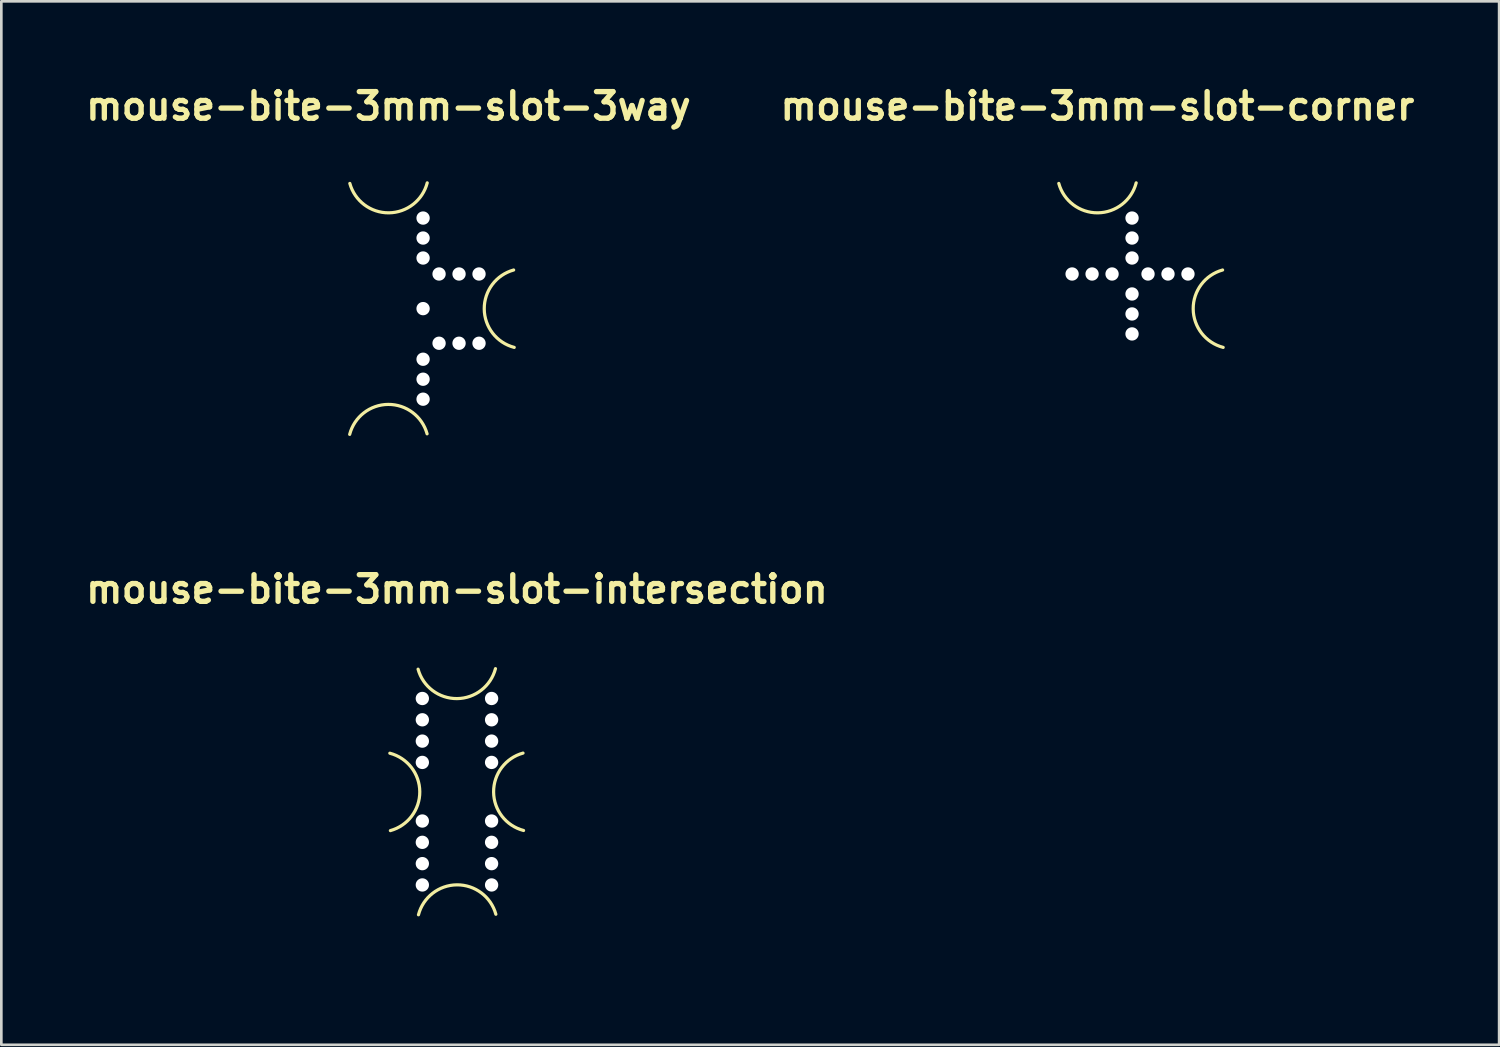
<source format=kicad_pcb>
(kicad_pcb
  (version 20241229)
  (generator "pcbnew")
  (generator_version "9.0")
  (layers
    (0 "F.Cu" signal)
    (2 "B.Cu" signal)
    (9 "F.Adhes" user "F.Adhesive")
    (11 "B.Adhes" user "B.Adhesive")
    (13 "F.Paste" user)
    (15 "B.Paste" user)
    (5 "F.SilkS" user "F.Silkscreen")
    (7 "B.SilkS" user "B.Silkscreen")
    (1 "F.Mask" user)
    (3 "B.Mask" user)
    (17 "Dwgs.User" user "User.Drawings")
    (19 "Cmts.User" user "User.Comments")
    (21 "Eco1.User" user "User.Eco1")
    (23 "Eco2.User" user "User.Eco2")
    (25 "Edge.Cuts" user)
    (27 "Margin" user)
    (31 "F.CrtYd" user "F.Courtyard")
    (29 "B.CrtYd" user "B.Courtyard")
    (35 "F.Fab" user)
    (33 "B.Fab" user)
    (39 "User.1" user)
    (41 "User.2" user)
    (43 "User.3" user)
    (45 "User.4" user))
  (footprint "mouse-bite-3mm-slot-intersection"
    (layer "F.Cu")
    (at 14.105 26.672)
    (property "Reference" "mouse-bite-3mm-slot-intersection" (at 0 -7.6 0) (layer "F.SilkS") (effects (font (size 1 1) (thickness 0.2))))
    (attr through_hole)
    (fp_arc (start -2.520316 -1.445451) (mid -1.395877 -0.000517) (end -2.500001 1.459999) (stroke (width 0.12) (type solid)) (layer "F.SilkS"))
    (fp_arc (start -1.445451 4.620316) (mid -0.000517 3.495877) (end 1.459999 4.600001) (stroke (width 0.12) (type solid)) (layer "F.SilkS"))
    (fp_arc (start 1.445451 -4.620316) (mid 0.000517 -3.495877) (end -1.459999 -4.600001) (stroke (width 0.12) (type solid)) (layer "F.SilkS"))
    (fp_arc (start 2.5 1.455451) (mid 1.375561 0.010517) (end 2.479685 -1.449999) (stroke (width 0.12) (type solid)) (layer "F.SilkS"))
    (fp_line (start -2.9 0) (end -2.9 0) (stroke (width 3) (type solid)) (layer "Eco1.User"))
    (fp_line (start 0 -5) (end 0 -5) (stroke (width 3) (type solid)) (layer "Eco1.User"))
    (fp_line (start 0 5) (end 0 5) (stroke (width 3) (type solid)) (layer "Eco1.User"))
    (fp_line (start 2.9 0) (end 2.9 0) (stroke (width 3) (type solid)) (layer "Eco1.User"))
    (pad "" np_thru_hole circle (at -1.3 -3.5 90) (size 0.5 0.5) (drill 0.5) (layers "*.Cu" "*.Mask"))
    (pad "" np_thru_hole circle (at -1.3 -2.7 90) (size 0.5 0.5) (drill 0.5) (layers "*.Cu" "*.Mask"))
    (pad "" np_thru_hole circle (at -1.3 -1.9 90) (size 0.5 0.5) (drill 0.5) (layers "*.Cu" "*.Mask"))
    (pad "" np_thru_hole circle (at -1.3 -1.1 270) (size 0.5 0.5) (drill 0.5) (layers "*.Cu" "*.Mask"))
    (pad "" np_thru_hole circle (at -1.3 1.1 270) (size 0.5 0.5) (drill 0.5) (layers "*.Cu" "*.Mask"))
    (pad "" np_thru_hole circle (at -1.3 1.9 270) (size 0.5 0.5) (drill 0.5) (layers "*.Cu" "*.Mask"))
    (pad "" np_thru_hole circle (at -1.3 2.7 270) (size 0.5 0.5) (drill 0.5) (layers "*.Cu" "*.Mask"))
    (pad "" np_thru_hole circle (at -1.3 3.5 270) (size 0.5 0.5) (drill 0.5) (layers "*.Cu" "*.Mask"))
    (pad "" np_thru_hole circle (at 1.3 -3.5 90) (size 0.5 0.5) (drill 0.5) (layers "*.Cu" "*.Mask"))
    (pad "" np_thru_hole circle (at 1.3 -2.7 90) (size 0.5 0.5) (drill 0.5) (layers "*.Cu" "*.Mask"))
    (pad "" np_thru_hole circle (at 1.3 -1.9 90) (size 0.5 0.5) (drill 0.5) (layers "*.Cu" "*.Mask"))
    (pad "" np_thru_hole circle (at 1.3 -1.1 270) (size 0.5 0.5) (drill 0.5) (layers "*.Cu" "*.Mask"))
    (pad "" np_thru_hole circle (at 1.3 1.1 270) (size 0.5 0.5) (drill 0.5) (layers "*.Cu" "*.Mask"))
    (pad "" np_thru_hole circle (at 1.3 1.9 270) (size 0.5 0.5) (drill 0.5) (layers "*.Cu" "*.Mask"))
    (pad "" np_thru_hole circle (at 1.3 2.7 270) (size 0.5 0.5) (drill 0.5) (layers "*.Cu" "*.Mask"))
    (pad "" np_thru_hole circle (at 1.3 3.5 270) (size 0.5 0.5) (drill 0.5) (layers "*.Cu" "*.Mask")))
  (footprint "mouse-bite-3mm-slot-corner"
    (layer "F.Cu")
    (at 38.148 8.536)
    (property "Reference" "mouse-bite-3mm-slot-corner" (at 0 -7.6 0) (layer "F.SilkS") (effects (font (size 1 1) (thickness 0.2))))
    (attr through_hole)
    (fp_arc (start 1.455737 -4.72141) (mid 0.011083 -3.59588) (end -1.45 -4.7) (stroke (width 0.12) (type solid)) (layer "F.SilkS"))
    (fp_arc (start 4.72141 1.455737) (mid 3.59588 0.011083) (end 4.7 -1.45) (stroke (width 0.12) (type solid)) (layer "F.SilkS"))
    (fp_line (start 0 -5.1) (end 0 -5.1) (stroke (width 3) (type solid)) (layer "Eco1.User"))
    (fp_line (start 5.1 0) (end 5.1 0) (stroke (width 3) (type solid)) (layer "Eco1.User"))
    (pad "" np_thru_hole circle (at -0.95 -1.3) (size 0.5 0.5) (drill 0.5) (layers "*.Cu" "*.Mask"))
    (pad "" np_thru_hole circle (at -0.2 -1.3) (size 0.5 0.5) (drill 0.5) (layers "*.Cu" "*.Mask"))
    (pad "" np_thru_hole circle (at 0.55 -1.3) (size 0.5 0.5) (drill 0.5) (layers "*.Cu" "*.Mask"))
    (pad "" np_thru_hole circle (at 1.3 -3.4 90) (size 0.5 0.5) (drill 0.5) (layers "*.Cu" "*.Mask"))
    (pad "" np_thru_hole circle (at 1.3 -2.65 90) (size 0.5 0.5) (drill 0.5) (layers "*.Cu" "*.Mask"))
    (pad "" np_thru_hole circle (at 1.3 -1.9 90) (size 0.5 0.5) (drill 0.5) (layers "*.Cu" "*.Mask"))
    (pad "" np_thru_hole circle (at 1.3 -0.55 90) (size 0.5 0.5) (drill 0.5) (layers "*.Cu" "*.Mask"))
    (pad "" np_thru_hole circle (at 1.3 0.2 90) (size 0.5 0.5) (drill 0.5) (layers "*.Cu" "*.Mask"))
    (pad "" np_thru_hole circle (at 1.3 0.95 90) (size 0.5 0.5) (drill 0.5) (layers "*.Cu" "*.Mask"))
    (pad "" np_thru_hole circle (at 1.9 -1.3) (size 0.5 0.5) (drill 0.5) (layers "*.Cu" "*.Mask"))
    (pad "" np_thru_hole circle (at 2.65 -1.3) (size 0.5 0.5) (drill 0.5) (layers "*.Cu" "*.Mask"))
    (pad "" np_thru_hole circle (at 3.4 -1.3) (size 0.5 0.5) (drill 0.5) (layers "*.Cu" "*.Mask")))
  (footprint "mouse-bite-3mm-slot-3way"
    (layer "F.Cu")
    (at 11.533 8.536)
    (property "Reference" "mouse-bite-3mm-slot-3way" (at 0 -7.6 0) (layer "F.SilkS") (effects (font (size 1 1) (thickness 0.2))))
    (attr through_hole)
    (fp_arc (start -1.455737 4.72141) (mid -0.011083 3.59588) (end 1.45 4.7) (stroke (width 0.12) (type solid)) (layer "F.SilkS"))
    (fp_arc (start 1.455737 -4.72141) (mid 0.011083 -3.59588) (end -1.45 -4.7) (stroke (width 0.12) (type solid)) (layer "F.SilkS"))
    (fp_arc (start 4.72141 1.455737) (mid 3.59588 0.011083) (end 4.7 -1.45) (stroke (width 0.12) (type solid)) (layer "F.SilkS"))
    (fp_line (start 0 -5.1) (end 0 -5.1) (stroke (width 3) (type solid)) (layer "Eco1.User"))
    (fp_line (start 0 5.1) (end 0 5.1) (stroke (width 3) (type solid)) (layer "Eco1.User"))
    (fp_line (start 5.1 0) (end 5.1 0) (stroke (width 3) (type solid)) (layer "Eco1.User"))
    (pad "" np_thru_hole circle (at 1.3 -3.4 90) (size 0.5 0.5) (drill 0.5) (layers "*.Cu" "*.Mask"))
    (pad "" np_thru_hole circle (at 1.3 -2.65 90) (size 0.5 0.5) (drill 0.5) (layers "*.Cu" "*.Mask"))
    (pad "" np_thru_hole circle (at 1.3 -1.9 90) (size 0.5 0.5) (drill 0.5) (layers "*.Cu" "*.Mask"))
    (pad "" np_thru_hole circle (at 1.3 0 90) (size 0.5 0.5) (drill 0.5) (layers "*.Cu" "*.Mask"))
    (pad "" np_thru_hole circle (at 1.3 1.9 270) (size 0.5 0.5) (drill 0.5) (layers "*.Cu" "*.Mask"))
    (pad "" np_thru_hole circle (at 1.3 2.65 270) (size 0.5 0.5) (drill 0.5) (layers "*.Cu" "*.Mask"))
    (pad "" np_thru_hole circle (at 1.3 3.4 270) (size 0.5 0.5) (drill 0.5) (layers "*.Cu" "*.Mask"))
    (pad "" np_thru_hole circle (at 1.9 -1.3) (size 0.5 0.5) (drill 0.5) (layers "*.Cu" "*.Mask"))
    (pad "" np_thru_hole circle (at 1.9 1.3) (size 0.5 0.5) (drill 0.5) (layers "*.Cu" "*.Mask"))
    (pad "" np_thru_hole circle (at 2.65 -1.3) (size 0.5 0.5) (drill 0.5) (layers "*.Cu" "*.Mask"))
    (pad "" np_thru_hole circle (at 2.65 1.3) (size 0.5 0.5) (drill 0.5) (layers "*.Cu" "*.Mask"))
    (pad "" np_thru_hole circle (at 3.4 -1.3) (size 0.5 0.5) (drill 0.5) (layers "*.Cu" "*.Mask"))
    (pad "" np_thru_hole circle (at 3.4 1.3) (size 0.5 0.5) (drill 0.5) (layers "*.Cu" "*.Mask")))
  (gr_rect
    (start -3 -3)
    (end 53.229 36.172)
    (stroke (width 0.1) (type default))
    (fill no)
    (layer "Edge.Cuts")))
</source>
